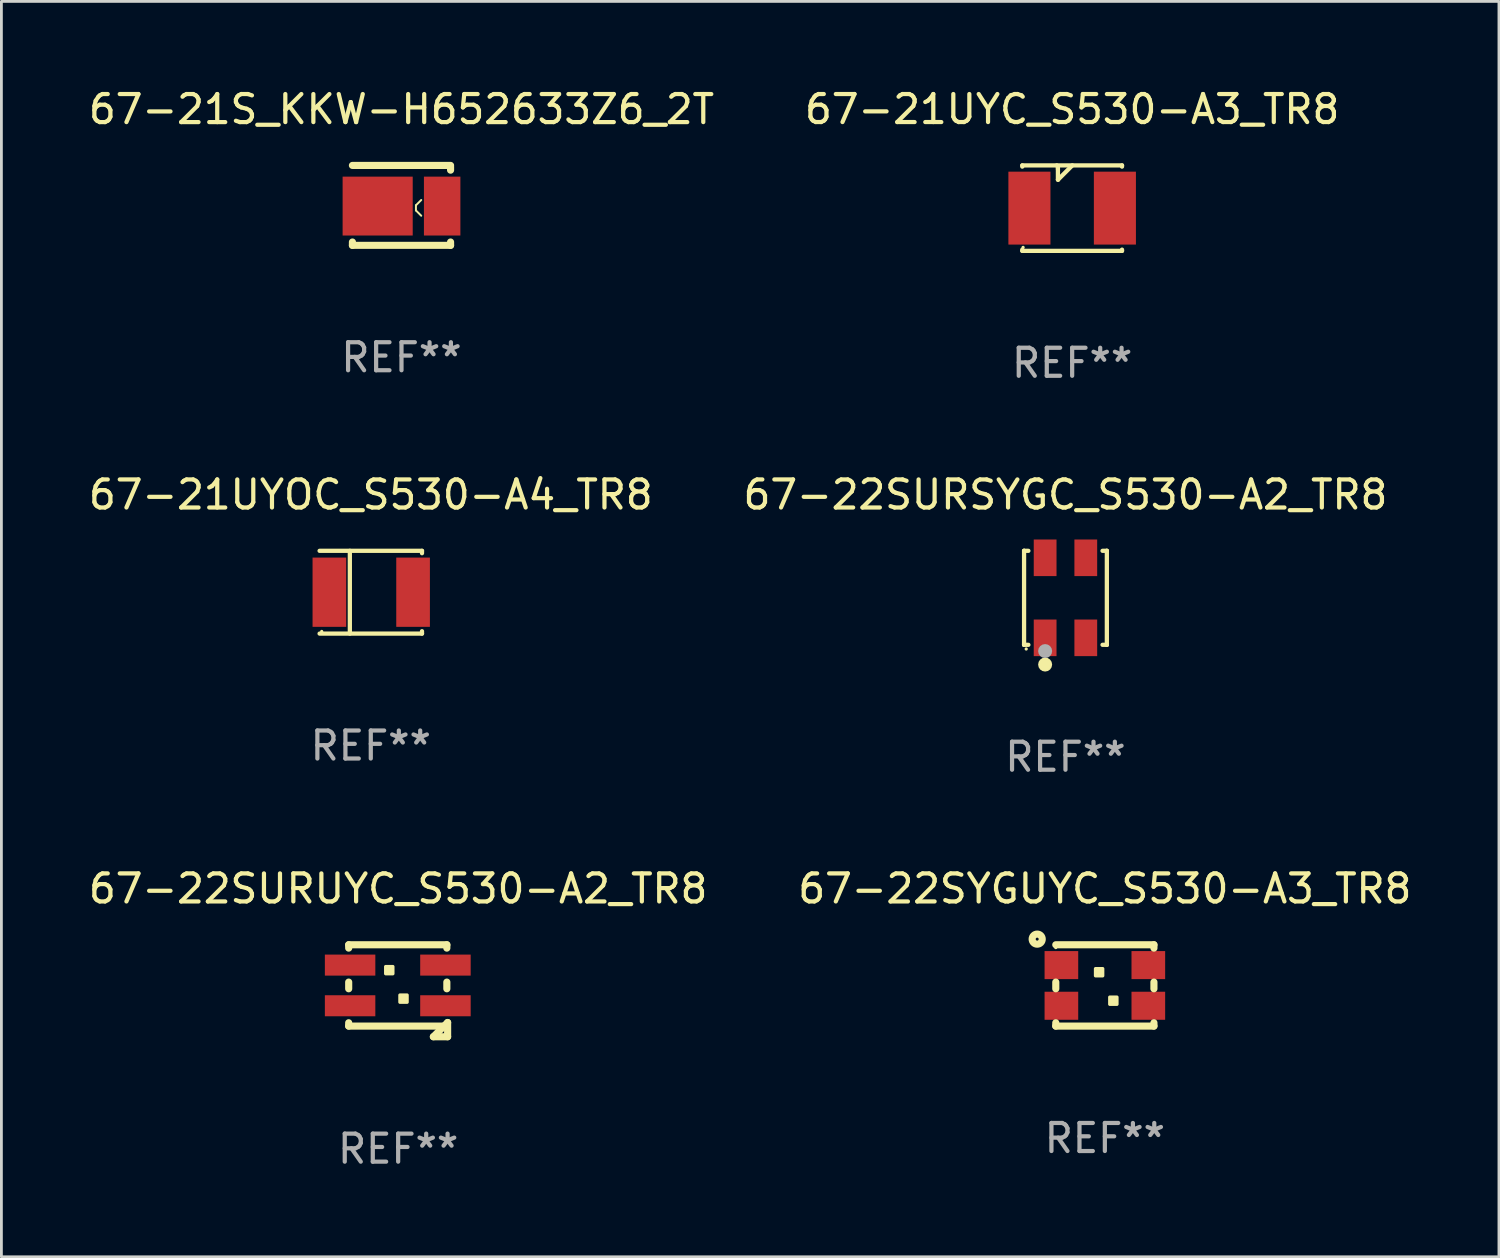
<source format=kicad_pcb>
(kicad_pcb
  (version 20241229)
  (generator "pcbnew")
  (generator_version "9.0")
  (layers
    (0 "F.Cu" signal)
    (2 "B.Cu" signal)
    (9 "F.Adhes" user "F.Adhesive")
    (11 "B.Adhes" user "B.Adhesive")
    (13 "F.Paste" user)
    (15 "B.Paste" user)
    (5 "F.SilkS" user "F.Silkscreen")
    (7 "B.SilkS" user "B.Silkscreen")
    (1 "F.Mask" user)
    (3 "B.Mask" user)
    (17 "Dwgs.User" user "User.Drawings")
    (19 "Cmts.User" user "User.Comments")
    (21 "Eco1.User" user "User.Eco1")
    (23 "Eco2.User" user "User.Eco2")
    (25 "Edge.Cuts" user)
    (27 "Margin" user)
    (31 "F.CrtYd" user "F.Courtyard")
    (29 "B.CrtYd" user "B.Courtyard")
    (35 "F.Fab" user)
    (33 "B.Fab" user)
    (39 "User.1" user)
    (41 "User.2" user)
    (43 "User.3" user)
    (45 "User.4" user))
  (footprint "67-21UYOC_S530-A4_TR8"
    (layer "F.Cu")
    (at 10.173 18.069)
    (property "Reference" "67-21UYOC_S530-A4_TR8" (at 0 -3.476 0) (layer "F.SilkS") (effects (font (size 1 1) (thickness 0.15))))
    (attr through_hole)
    (fp_line (start -1.826 -1.476) (end 1.826 -1.476) (stroke (width 0.152) (type solid)) (layer "F.SilkS"))
    (fp_line (start -1.826 1.476) (end 1.826 1.476) (stroke (width 0.152) (type solid)) (layer "F.SilkS"))
    (fp_line (start -0.747 -1.476) (end -0.747 1.476) (stroke (width 0.152) (type solid)) (layer "F.SilkS"))
    (fp_line (start 1.826 -1.476) (end 1.826 -1.391) (stroke (width 0.152) (type solid)) (layer "F.SilkS"))
    (fp_line (start 1.826 1.476) (end 1.826 1.391) (stroke (width 0.152) (type solid)) (layer "F.SilkS"))
    (fp_circle (center -1.75 1.4) (end -1.72 1.4) (stroke (width 0.06) (type solid)) (fill no) (layer "F.SilkS"))
    (fp_text user "REF**" (at 0 5.476 0) (layer "F.Fab") (effects (font (size 1 1) (thickness 0.15))))
    (pad "1" smd rect (at -1.477 0.000051) (size 1.2 2.47) (layers "F.Cu" "F.Mask" "F.Paste"))
    (pad "2" smd rect (at 1.508 0.000051) (size 1.2 2.47) (layers "F.Cu" "F.Mask" "F.Paste")))
  (footprint "67-22SYGUYC_S530-A3_TR8"
    (layer "F.Cu")
    (at 36.351 32.092)
    (property "Reference" "67-22SYGUYC_S530-A3_TR8" (at 0 -3.45 0) (layer "F.SilkS") (effects (font (size 1 1) (thickness 0.15))))
    (attr through_hole)
    (fp_line (start -1.75 0.119) (end -1.75 -0.119) (stroke (width 0.254) (type solid)) (layer "F.SilkS"))
    (fp_line (start -1.75 1.45) (end -1.75 1.331) (stroke (width 0.254) (type solid)) (layer "F.SilkS"))
    (fp_line (start -1.75 -1.45) (end 1.75 -1.45) (stroke (width 0.254) (type solid)) (layer "F.SilkS"))
    (fp_line (start 1.75 -1.331) (end 1.75 -1.45) (stroke (width 0.254) (type solid)) (layer "F.SilkS"))
    (fp_line (start 1.75 0.119) (end 1.75 -0.119) (stroke (width 0.254) (type solid)) (layer "F.SilkS"))
    (fp_line (start 1.75 1.45) (end -1.75 1.45) (stroke (width 0.254) (type solid)) (layer "F.SilkS"))
    (fp_line (start 1.75 1.45) (end 1.75 1.331) (stroke (width 0.254) (type solid)) (layer "F.SilkS"))
    (fp_circle (center -2.413 -1.651) (end -2.233 -1.651) (stroke (width 0.254) (type solid)) (fill no) (layer "F.SilkS"))
    (fp_circle (center -1.75 -1.35) (end -1.72 -1.35) (stroke (width 0.06) (type solid)) (fill no) (layer "F.SilkS"))
    (fp_poly (pts (xy -0.332 -0.598) (xy -0.078 -0.598) (xy -0.078 -0.344) (xy -0.332 -0.344)) (stroke (width 0.12) (type solid)) (fill yes) (layer "F.SilkS"))
    (fp_poly (pts (xy 0.176 0.418) (xy 0.43 0.418) (xy 0.43 0.672) (xy 0.176 0.672)) (stroke (width 0.12) (type solid)) (fill yes) (layer "F.SilkS"))
    (fp_text user "REF**" (at 0 5.45 0) (layer "F.Fab") (effects (font (size 1 1) (thickness 0.15))))
    (pad "1" smd rect (at -1.55 -0.725) (size 1.2 1) (layers "F.Cu" "F.Mask" "F.Paste"))
    (pad "2" smd rect (at -1.55 0.725) (size 1.2 1) (layers "F.Cu" "F.Mask" "F.Paste"))
    (pad "3" smd rect (at 1.55 -0.725) (size 1.2 1) (layers "F.Cu" "F.Mask" "F.Paste"))
    (pad "4" smd rect (at 1.55 0.725) (size 1.2 1) (layers "F.Cu" "F.Mask" "F.Paste")))
  (footprint "67-22SURSYGC_S530-A2_TR8"
    (layer "F.Cu")
    (at 34.946 18.269)
    (property "Reference" "67-22SURSYGC_S530-A2_TR8" (at 0 -3.676 0) (layer "F.SilkS") (effects (font (size 1 1) (thickness 0.15))))
    (attr through_hole)
    (fp_line (start -1.476 -1.676) (end -1.476 -1.676) (stroke (width 0.152) (type solid)) (layer "F.SilkS"))
    (fp_line (start -1.476 -1.676) (end -1.322 -1.676) (stroke (width 0.152) (type solid)) (layer "F.SilkS"))
    (fp_line (start -1.476 1.676) (end -1.476 -1.676) (stroke (width 0.152) (type solid)) (layer "F.SilkS"))
    (fp_line (start -1.476 1.676) (end -1.476 1.676) (stroke (width 0.152) (type solid)) (layer "F.SilkS"))
    (fp_line (start -1.322 1.676) (end -1.476 1.676) (stroke (width 0.152) (type solid)) (layer "F.SilkS"))
    (fp_line (start 1.322 1.676) (end 1.476 1.676) (stroke (width 0.152) (type solid)) (layer "F.SilkS"))
    (fp_line (start 1.476 -1.676) (end 1.322 -1.676) (stroke (width 0.152) (type solid)) (layer "F.SilkS"))
    (fp_line (start 1.476 -1.676) (end 1.476 -1.676) (stroke (width 0.152) (type solid)) (layer "F.SilkS"))
    (fp_line (start 1.476 1.676) (end 1.476 -1.676) (stroke (width 0.152) (type solid)) (layer "F.SilkS"))
    (fp_line (start 1.476 1.676) (end 1.476 1.676) (stroke (width 0.152) (type solid)) (layer "F.SilkS"))
    (fp_circle (center -1.4 1.825) (end -1.37 1.825) (stroke (width 0.06) (type solid)) (fill no) (layer "F.SilkS"))
    (fp_circle (center -0.725 2.38) (end -0.6 2.38) (stroke (width 0.25) (type solid)) (fill no) (layer "F.SilkS"))
    (fp_circle (center -0.725 1.9) (end -0.6 1.9) (stroke (width 0.25) (type solid)) (fill no) (layer "F.Fab"))
    (fp_text user "REF**" (at 0 5.676 0) (layer "F.Fab") (effects (font (size 1 1) (thickness 0.15))))
    (pad "1" smd rect (at -0.725 1.427) (size 0.812 1.305) (layers "F.Cu" "F.Mask" "F.Paste"))
    (pad "2" smd rect (at 0.725 1.427) (size 0.812 1.305) (layers "F.Cu" "F.Mask" "F.Paste"))
    (pad "3" smd rect (at 0.725 -1.427) (size 0.812 1.305) (layers "F.Cu" "F.Mask" "F.Paste"))
    (pad "4" smd rect (at -0.725 -1.427) (size 0.812 1.305) (layers "F.Cu" "F.Mask" "F.Paste")))
  (footprint "67-22SURUYC_S530-A2_TR8"
    (layer "F.Cu")
    (at 11.149 32.282)
    (property "Reference" "67-22SURUYC_S530-A2_TR8" (at 0 -3.64 0) (layer "F.SilkS") (effects (font (size 1 1) (thickness 0.15))))
    (attr through_hole)
    (fp_line (start -1.764 -1.64) (end -1.764 -1.521) (stroke (width 0.254) (type solid)) (layer "F.SilkS"))
    (fp_line (start -1.764 -1.64) (end 1.736 -1.64) (stroke (width 0.254) (type solid)) (layer "F.SilkS"))
    (fp_line (start -1.764 -0.309) (end -1.764 -0.071) (stroke (width 0.254) (type solid)) (layer "F.SilkS"))
    (fp_line (start -1.764 1.141) (end -1.764 1.26) (stroke (width 0.254) (type solid)) (layer "F.SilkS"))
    (fp_line (start 1.256 1.64) (end 1.764 1.64) (stroke (width 0.254) (type solid)) (layer "F.SilkS"))
    (fp_line (start 1.736 1.26) (end -1.764 1.26) (stroke (width 0.254) (type solid)) (layer "F.SilkS"))
    (fp_line (start 1.736 -1.64) (end 1.736 -1.521) (stroke (width 0.254) (type solid)) (layer "F.SilkS"))
    (fp_line (start 1.736 -0.309) (end 1.736 -0.071) (stroke (width 0.254) (type solid)) (layer "F.SilkS"))
    (fp_line (start 1.764 1.132) (end 1.256 1.64) (stroke (width 0.254) (type solid)) (layer "F.SilkS"))
    (fp_line (start 1.764 1.64) (end 1.764 1.132) (stroke (width 0.254) (type solid)) (layer "F.SilkS"))
    (fp_circle (center -1.764 -1.59) (end -1.734 -1.59) (stroke (width 0.06) (type solid)) (fill no) (layer "F.SilkS"))
    (fp_poly (pts (xy -0.444 -0.862) (xy -0.19 -0.862) (xy -0.19 -0.608) (xy -0.444 -0.608)) (stroke (width 0.12) (type solid)) (fill yes) (layer "F.SilkS"))
    (fp_poly (pts (xy 0.064 0.154) (xy 0.318 0.154) (xy 0.318 0.408) (xy 0.064 0.408)) (stroke (width 0.12) (type solid)) (fill yes) (layer "F.SilkS"))
    (fp_text user "REF**" (at 0 5.64 0) (layer "F.Fab") (effects (font (size 1 1) (thickness 0.15))))
    (pad "1" smd rect (at -1.714 -0.915 90) (size 0.75 1.8) (layers "F.Cu" "F.Mask" "F.Paste"))
    (pad "2" smd rect (at -1.714 0.535 90) (size 0.75 1.8) (layers "F.Cu" "F.Mask" "F.Paste"))
    (pad "3" smd rect (at 1.686 -0.915 90) (size 0.75 1.8) (layers "F.Cu" "F.Mask" "F.Paste"))
    (pad "4" smd rect (at 1.686 0.535 90) (size 0.75 1.8) (layers "F.Cu" "F.Mask" "F.Paste")))
  (footprint "67-21UYC_S530-A3_TR8"
    (layer "F.Cu")
    (at 35.185 4.372)
    (property "Reference" "67-21UYC_S530-A3_TR8" (at 0 -3.524 0) (layer "F.SilkS") (effects (font (size 1 1) (thickness 0.15))))
    (attr through_hole)
    (fp_line (start -1.778 -1.524) (end -1.778 -1.48) (stroke (width 0.152) (type solid)) (layer "F.SilkS"))
    (fp_line (start -1.778 1.48) (end -1.778 1.524) (stroke (width 0.152) (type solid)) (layer "F.SilkS"))
    (fp_line (start -0.508 -1.483) (end -0.549 -1.524) (stroke (width 0.152) (type solid)) (layer "F.SilkS"))
    (fp_line (start -0.508 -1.397) (end -0.508 -1.483) (stroke (width 0.152) (type solid)) (layer "F.SilkS"))
    (fp_line (start -0.508 -1.397) (end -0.508 -1.016) (stroke (width 0.152) (type solid)) (layer "F.SilkS"))
    (fp_line (start -0.508 -1.016) (end -0.502 -1.016) (stroke (width 0.152) (type solid)) (layer "F.SilkS"))
    (fp_line (start -0.502 -1.016) (end 0.006 -1.524) (stroke (width 0.152) (type solid)) (layer "F.SilkS"))
    (fp_line (start 1.778 -1.524) (end -1.778 -1.524) (stroke (width 0.152) (type solid)) (layer "F.SilkS"))
    (fp_line (start 1.778 -1.48) (end 1.778 -1.524) (stroke (width 0.152) (type solid)) (layer "F.SilkS"))
    (fp_line (start 1.778 1.524) (end -1.778 1.524) (stroke (width 0.152) (type solid)) (layer "F.SilkS"))
    (fp_line (start 1.778 1.524) (end 1.778 1.48) (stroke (width 0.152) (type solid)) (layer "F.SilkS"))
    (fp_circle (center -1.75 1.4) (end -1.72 1.4) (stroke (width 0.06) (type solid)) (fill no) (layer "F.SilkS"))
    (fp_text user "REF**" (at 0 5.524 0) (layer "F.Fab") (effects (font (size 1 1) (thickness 0.15))))
    (pad "1" smd rect (at -1.524 0) (size 1.5 2.6) (layers "F.Cu" "F.Mask" "F.Paste"))
    (pad "2" smd rect (at 1.524 0) (size 1.5 2.6) (layers "F.Cu" "F.Mask" "F.Paste")))
  (footprint "67-21S_KKW-H652633Z6_2T"
    (layer "F.Cu")
    (at 11.268 4.274)
    (property "Reference" "67-21S_KKW-H652633Z6_2T" (at 0 -3.425 0) (layer "F.SilkS") (effects (font (size 1 1) (thickness 0.15))))
    (attr through_hole)
    (fp_line (start -1.75 -1.425) (end 1.75 -1.425) (stroke (width 0.254) (type solid)) (layer "F.SilkS"))
    (fp_line (start -1.75 1.307) (end -1.75 1.425) (stroke (width 0.254) (type solid)) (layer "F.SilkS"))
    (fp_line (start 0.515 -0.003) (end 0.704 -0.192) (stroke (width 0.07) (type solid)) (layer "F.SilkS"))
    (fp_line (start 0.515 0.181) (end 0.515 -0.003) (stroke (width 0.07) (type solid)) (layer "F.SilkS"))
    (fp_line (start 0.704 0.37) (end 0.515 0.181) (stroke (width 0.07) (type solid)) (layer "F.SilkS"))
    (fp_line (start 1.75 -1.375) (end 1.75 -1.256) (stroke (width 0.254) (type solid)) (layer "F.SilkS"))
    (fp_line (start 1.75 1.307) (end 1.75 1.425) (stroke (width 0.254) (type solid)) (layer "F.SilkS"))
    (fp_line (start 1.75 1.425) (end -1.75 1.425) (stroke (width 0.254) (type solid)) (layer "F.SilkS"))
    (fp_circle (center -1.775 1.425) (end -1.745 1.425) (stroke (width 0.06) (type solid)) (fill no) (layer "F.SilkS"))
    (fp_text user "REF**" (at 0 5.425 0) (layer "F.Fab") (effects (font (size 1 1) (thickness 0.15))))
    (pad "1" smd rect (at -0.85 0.025) (size 2.5 2.1) (layers "F.Cu" "F.Mask" "F.Paste"))
    (pad "2" smd rect (at 1.45 0.025 180) (size 1.3 2.1) (layers "F.Cu" "F.Mask" "F.Paste")))
  (gr_rect
    (start -3 -3)
    (end 50.405 41.77)
    (stroke (width 0.1) (type default))
    (fill no)
    (layer "Edge.Cuts")))
</source>
